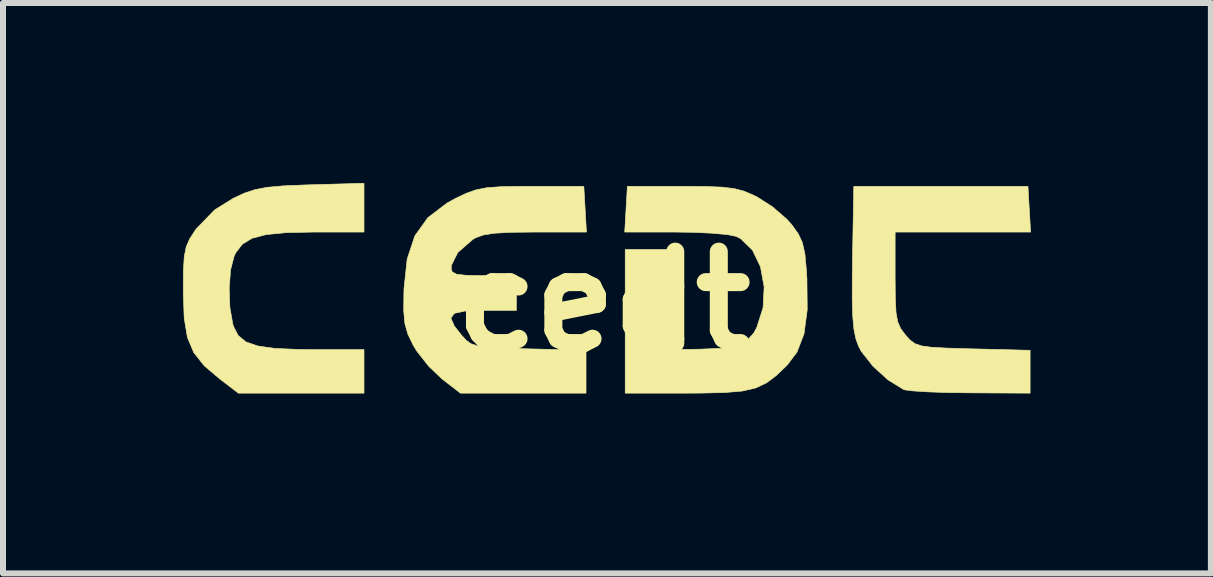
<source format=kicad_pcb>
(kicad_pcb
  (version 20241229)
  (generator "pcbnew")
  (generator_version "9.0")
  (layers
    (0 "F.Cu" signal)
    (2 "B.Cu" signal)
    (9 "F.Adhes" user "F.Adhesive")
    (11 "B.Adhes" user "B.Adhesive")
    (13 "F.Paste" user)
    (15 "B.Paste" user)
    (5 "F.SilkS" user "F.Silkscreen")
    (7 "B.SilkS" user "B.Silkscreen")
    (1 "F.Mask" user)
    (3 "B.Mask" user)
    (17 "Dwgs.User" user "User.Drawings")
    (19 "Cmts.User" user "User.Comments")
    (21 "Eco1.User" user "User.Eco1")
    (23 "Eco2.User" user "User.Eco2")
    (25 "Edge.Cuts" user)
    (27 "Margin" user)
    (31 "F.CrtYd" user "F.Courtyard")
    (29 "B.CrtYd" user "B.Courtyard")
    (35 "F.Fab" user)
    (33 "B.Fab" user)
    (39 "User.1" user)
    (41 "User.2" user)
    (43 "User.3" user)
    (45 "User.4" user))
  (footprint "cedt"
    (layer "F.Cu")
    (at 7.008 1.979)
    (property "Reference" "cedt" (at 0 0 0) (layer "F.SilkS") (effects (font (size 1.524 1.524) (thickness 0.3))))
    (attr through_hole)
    (fp_poly (pts (xy 7.098 -1.542) (xy 7.12 -1.161) (xy 4.862 -1.161) (xy 4.862 -0.403) (xy 4.865 -0.057) (xy 4.877 0.178) (xy 4.905 0.335) (xy 4.955 0.449) (xy 5.032 0.552) (xy 5.037 0.558) (xy 5.113 0.641) (xy 5.192 0.699) (xy 5.3 0.736) (xy 5.467 0.759) (xy 5.718 0.773) (xy 6.082 0.784) (xy 6.162 0.786) (xy 7.112 0.81) (xy 7.112 1.524) (xy 6.114 1.519) (xy 5.74 1.514) (xy 5.413 1.503) (xy 5.163 1.487) (xy 5.02 1.469) (xy 5.005 1.464) (xy 4.745 1.304) (xy 4.492 1.074) (xy 4.298 0.827) (xy 4.254 0.744) (xy 4.207 0.616) (xy 4.175 0.458) (xy 4.156 0.247) (xy 4.147 -0.045) (xy 4.148 -0.441) (xy 4.152 -0.726) (xy 4.173 -1.923) (xy 7.076 -1.923) (xy 7.098 -1.542)) (stroke (width 0.01) (type solid)) (fill yes) (layer "F.SilkS"))
    (fp_poly (pts (xy -3.991 -1.161) (xy -4.83 -1.161) (xy -5.286 -1.152) (xy -5.622 -1.119) (xy -5.859 -1.057) (xy -6.021 -0.957) (xy -6.13 -0.814) (xy -6.154 -0.764) (xy -6.214 -0.535) (xy -6.238 -0.227) (xy -6.226 0.098) (xy -6.177 0.376) (xy -6.163 0.419) (xy -6.087 0.564) (xy -5.961 0.669) (xy -5.763 0.738) (xy -5.474 0.779) (xy -5.072 0.796) (xy -4.815 0.798) (xy -3.991 0.798) (xy -3.991 1.524) (xy -6.085 1.524) (xy -6.395 1.287) (xy -6.653 1.068) (xy -6.827 0.849) (xy -6.934 0.596) (xy -6.988 0.272) (xy -7.003 -0.158) (xy -7.003 -0.181) (xy -7.001 -0.518) (xy -6.987 -0.749) (xy -6.955 -0.912) (xy -6.896 -1.048) (xy -6.801 -1.194) (xy -6.785 -1.216) (xy -6.481 -1.53) (xy -6.169 -1.724) (xy -5.981 -1.811) (xy -5.806 -1.869) (xy -5.604 -1.907) (xy -5.34 -1.931) (xy -4.976 -1.946) (xy -4.88 -1.949) (xy -3.991 -1.974) (xy -3.991 -1.161)) (stroke (width 0.01) (type solid)) (fill yes) (layer "F.SilkS"))
    (fp_poly (pts (xy 1.697 -1.921) (xy 1.976 -1.91) (xy 2.18 -1.885) (xy 2.342 -1.843) (xy 2.498 -1.777) (xy 2.565 -1.744) (xy 2.819 -1.581) (xy 3.056 -1.376) (xy 3.137 -1.286) (xy 3.247 -1.133) (xy 3.316 -0.985) (xy 3.358 -0.797) (xy 3.383 -0.526) (xy 3.392 -0.377) (xy 3.397 0.134) (xy 3.344 0.533) (xy 3.227 0.839) (xy 3.066 1.053) (xy 2.883 1.229) (xy 2.716 1.354) (xy 2.537 1.438) (xy 2.314 1.489) (xy 2.02 1.514) (xy 1.624 1.523) (xy 1.397 1.524) (xy 0.363 1.524) (xy 0.363 -0.871) (xy 1.161 -0.871) (xy 1.161 0.798) (xy 1.615 0.791) (xy 1.976 0.775) (xy 2.224 0.733) (xy 2.39 0.652) (xy 2.506 0.521) (xy 2.555 0.432) (xy 2.661 0.101) (xy 2.679 -0.248) (xy 2.618 -0.581) (xy 2.484 -0.86) (xy 2.287 -1.052) (xy 2.209 -1.09) (xy 2.062 -1.119) (xy 1.809 -1.142) (xy 1.486 -1.157) (xy 1.189 -1.161) (xy 0.355 -1.161) (xy 0.377 -1.542) (xy 0.399 -1.923) (xy 1.306 -1.923) (xy 1.697 -1.921)) (stroke (width 0.01) (type solid)) (fill yes) (layer "F.SilkS"))
    (fp_poly (pts (xy -0.305 -1.542) (xy -0.283 -1.161) (xy -1.141 -1.161) (xy -1.535 -1.157) (xy -1.812 -1.142) (xy -2 -1.113) (xy -2.129 -1.067) (xy -2.179 -1.037) (xy -2.427 -0.821) (xy -2.533 -0.61) (xy -2.538 -0.562) (xy -2.521 -0.497) (xy -2.447 -0.458) (xy -2.288 -0.44) (xy -2.015 -0.435) (xy -1.996 -0.435) (xy -1.451 -0.435) (xy -1.451 0.145) (xy -1.996 0.145) (xy -2.308 0.155) (xy -2.486 0.194) (xy -2.542 0.273) (xy -2.486 0.405) (xy -2.365 0.558) (xy -2.289 0.641) (xy -2.211 0.699) (xy -2.102 0.736) (xy -1.936 0.759) (xy -1.684 0.773) (xy -1.32 0.784) (xy -1.24 0.786) (xy -0.29 0.81) (xy -0.29 1.524) (xy -2.384 1.524) (xy -2.689 1.288) (xy -2.911 1.077) (xy -3.111 0.823) (xy -3.17 0.726) (xy -3.259 0.542) (xy -3.309 0.367) (xy -3.329 0.153) (xy -3.326 -0.148) (xy -3.324 -0.218) (xy -3.271 -0.712) (xy -3.143 -1.098) (xy -2.926 -1.401) (xy -2.606 -1.645) (xy -2.469 -1.72) (xy -2.287 -1.807) (xy -2.124 -1.865) (xy -1.945 -1.9) (xy -1.712 -1.917) (xy -1.387 -1.923) (xy -1.197 -1.923) (xy -0.327 -1.923) (xy -0.305 -1.542)) (stroke (width 0.01) (type solid)) (fill yes) (layer "F.SilkS")))
  (gr_rect
    (start -3 -3)
    (end 17.133 6.508)
    (stroke (width 0.1) (type default))
    (fill no)
    (layer "Edge.Cuts")))
</source>
